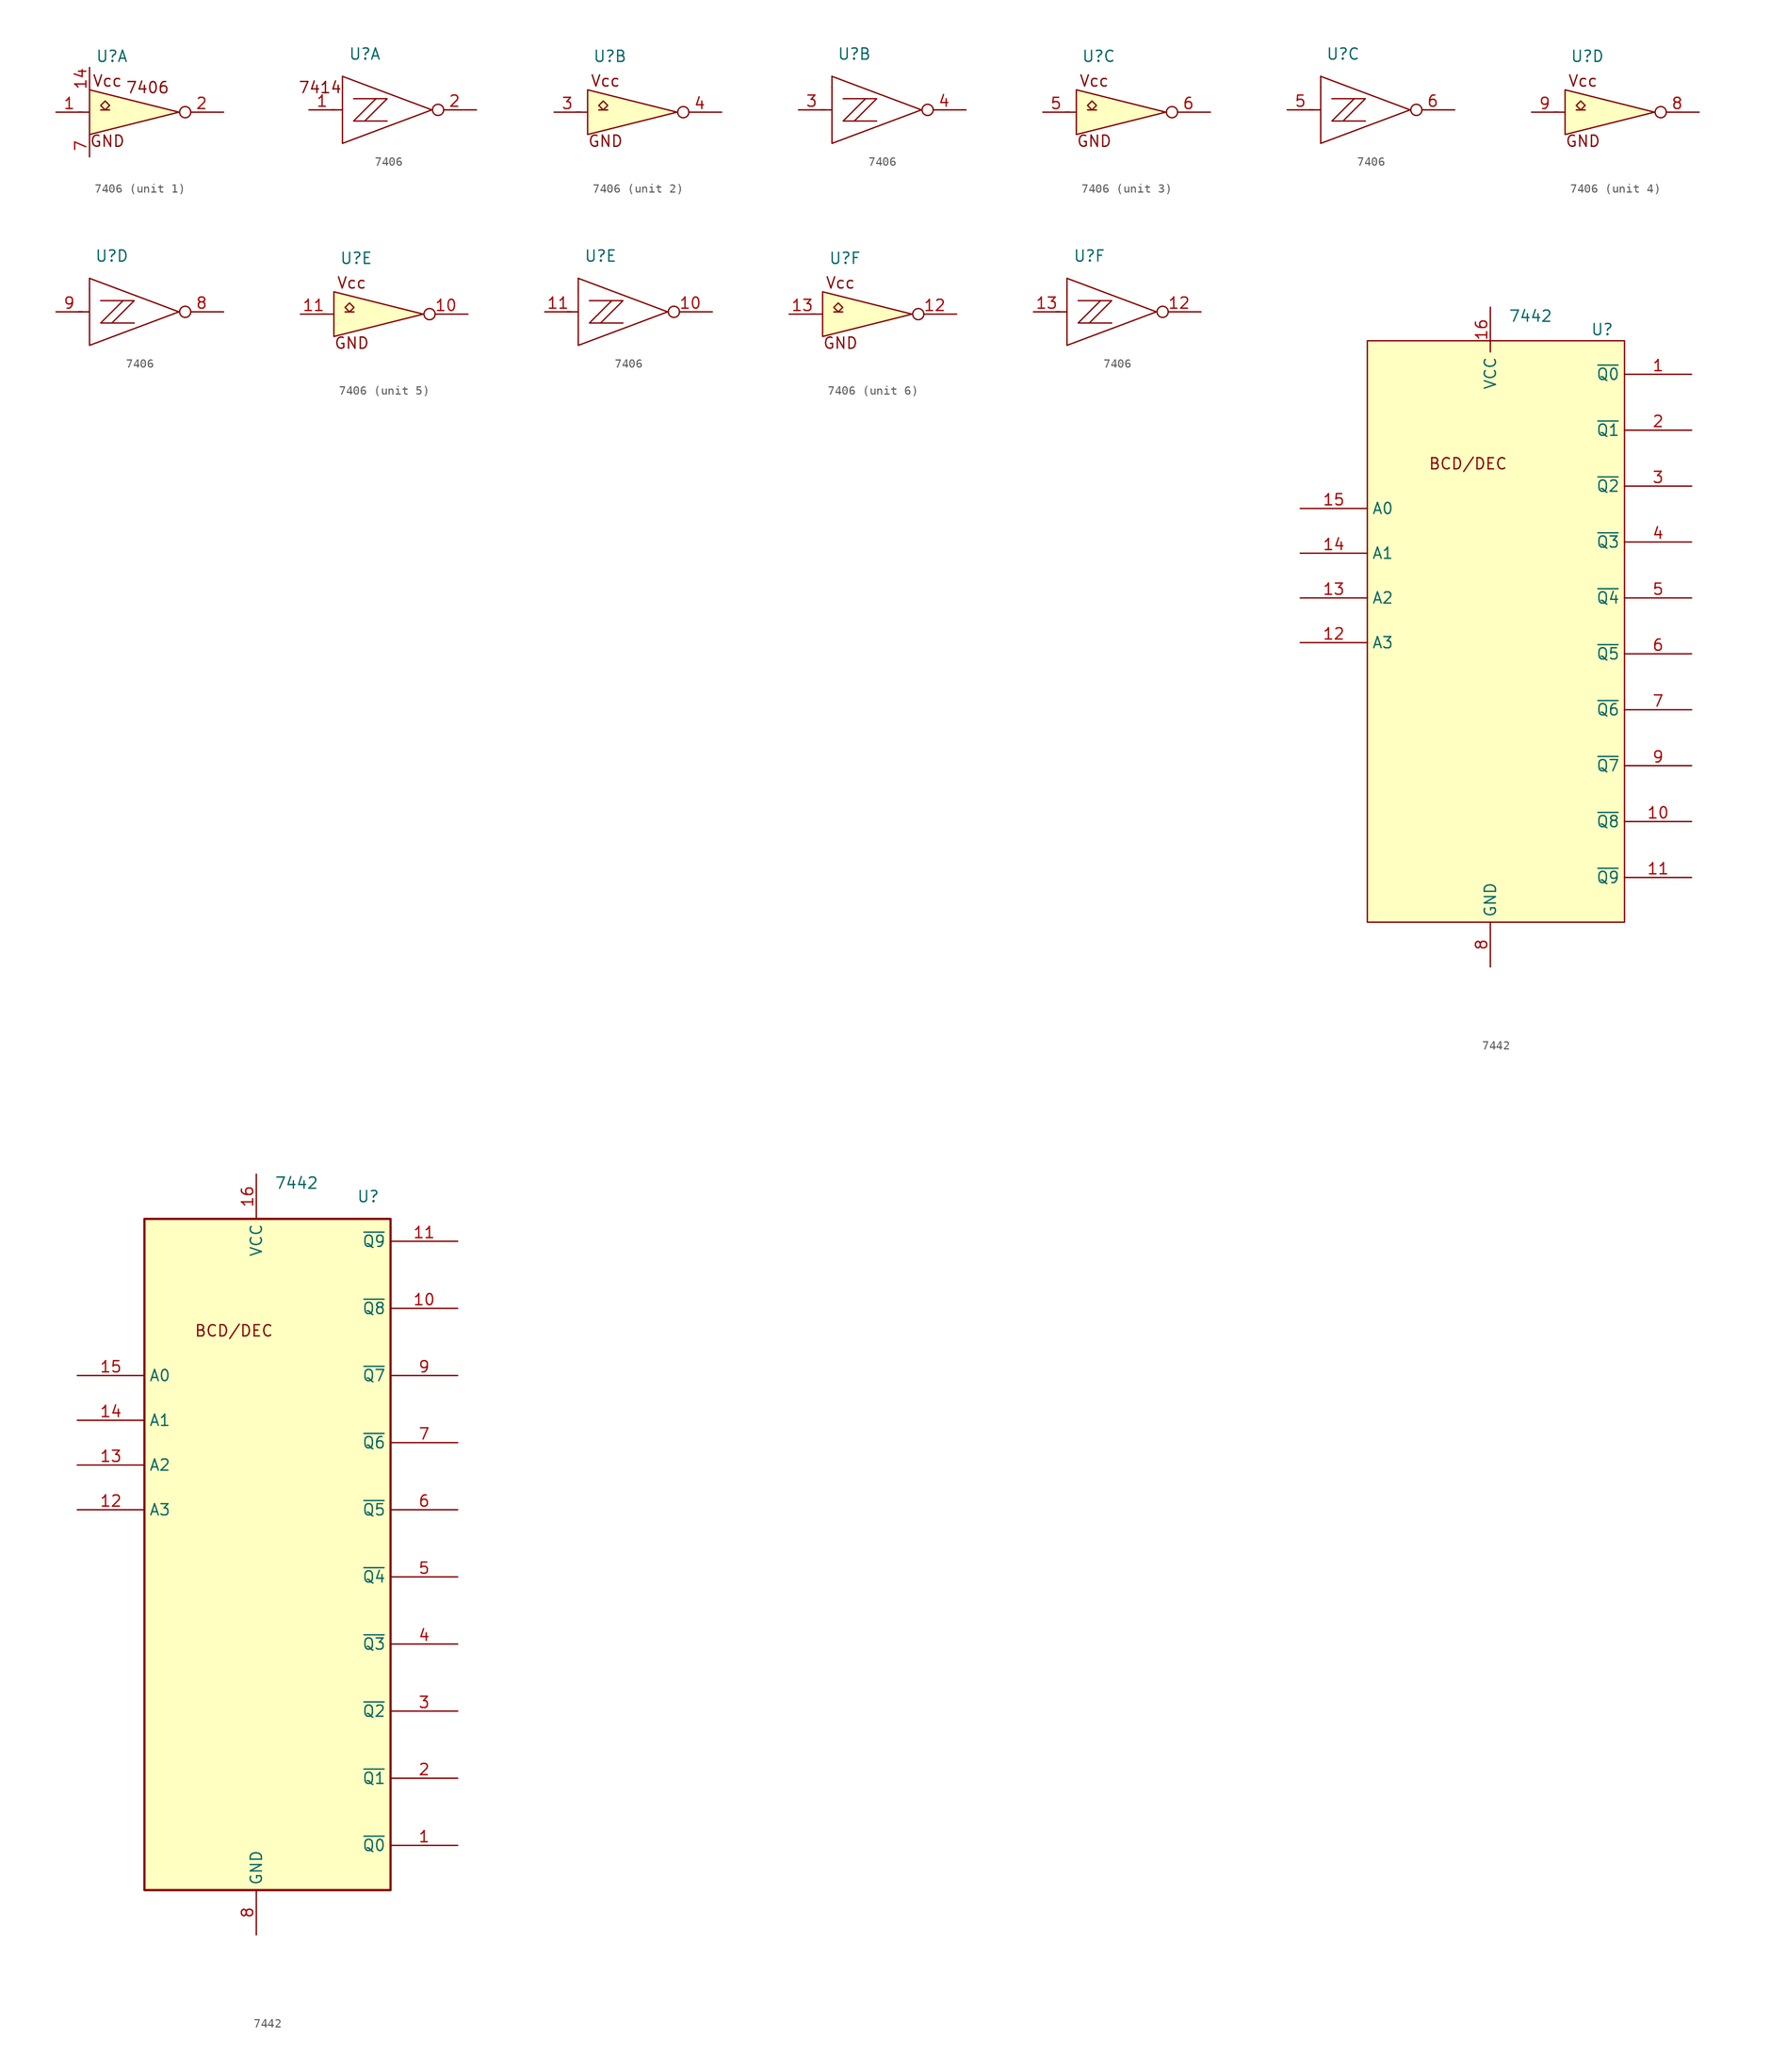
<source format=kicad_sym>
(kicad_symbol_lib
  (version 20231120)
  (generator "kicad_symbol_editor")
  (generator_version "8.0")
  (symbol "7406"
    (pin_names hide)
    (property "Reference" "U"
      (at 0 0 0)
      (effects (font (size 1.27 1.27))))
    (symbol "7406_0_0"
      (polyline (pts (xy -3.81 -6.35) (xy -2.54 -6.35)) (stroke (width 0) (type default)) (fill (type none))))
    (symbol "7406_0_1"
      (polyline (pts (xy -1.27 -6.096) (xy -0.254 -6.096)) (stroke (width 0) (type default)) (fill (type none)))
      (polyline (pts (xy -2.54 -3.81) (xy -2.54 -8.89) (xy 7.62 -6.35) (xy -2.54 -3.81)) (stroke (width 0) (type default)) (fill (type background)))
      (polyline (pts (xy -0.762 -5.08) (xy -1.27 -5.588) (xy -0.762 -6.096) (xy -0.254 -5.588) (xy -0.762 -5.08)) (stroke (width 0) (type default)) (fill (type none)))
      (text "GND\n\n" (at -0.508 -10.668 0) (effects (font (size 1.27 1.27))))
      (text "Vcc" (at -0.508 -2.794 0) (effects (font (size 1.27 1.27)))))
    (symbol "7406_0_2"
      (polyline (pts (xy -2.54 -2.54) (xy -2.54 -3.81)) (stroke (width 0) (type default)) (fill (type none)))
      (polyline (pts (xy 1.27 -5.08) (xy 2.54 -5.08) (xy 0 -7.62)) (stroke (width 0) (type default)) (fill (type none)))
      (polyline (pts (xy -2.54 -2.54) (xy 7.62 -6.35) (xy -2.54 -10.16) (xy -2.54 -3.81)) (stroke (width 0) (type default)) (fill (type none)))
      (polyline (pts (xy -1.27 -5.08) (xy 1.27 -5.08) (xy -1.27 -7.62) (xy 2.54 -7.62)) (stroke (width 0) (type default)) (fill (type none))))
    (symbol "7406_1_1"
      (text "7406\n" (at 4.064 -3.556 0) (effects (font (size 1.27 1.27))))
      (pin input line (at -6.35 -6.35 0) (length 3) (name "A" (effects (font (size 1.27 1.27)))) (number "1" (effects (font (size 1.27 1.27)))))
      (pin input line (at -2.54 -1.27 270) (length 2.54) (name "Vcc" (effects (font (size 1.27 1.27)))) (number "14" (effects (font (size 1.27 1.27)))))
      (pin output inverted (at 12.7 -6.35 180) (length 5) (name "Y" (effects (font (size 1.27 1.27)))) (number "2" (effects (font (size 1.27 1.27)))))
      (pin input line (at -2.54 -11.43 90) (length 2.54) (name "GND" (effects (font (size 1.27 1.27)))) (number "7" (effects (font (size 1.27 1.27))))))
    (symbol "7406_1_2"
      (text "7414" (at -5.08 -3.81 0) (effects (font (size 1.27 1.27))))
      (pin input line (at -6.35 -6.35 0) (length 3) (name "A" (effects (font (size 1.27 1.27)))) (number "1" (effects (font (size 1.27 1.27)))))
      (pin output inverted (at 12.7 -6.35 180) (length 5) (name "Y" (effects (font (size 1.27 1.27)))) (number "2" (effects (font (size 1.27 1.27))))))
    (symbol "7406_2_1"
      (pin input line (at -6.35 -6.35 0) (length 3) (name "A" (effects (font (size 1.27 1.27)))) (number "3" (effects (font (size 1.27 1.27)))))
      (pin output inverted (at 12.7 -6.35 180) (length 5) (name "Y" (effects (font (size 1.27 1.27)))) (number "4" (effects (font (size 1.27 1.27))))))
    (symbol "7406_2_2"
      (pin input line (at -6.35 -6.35 0) (length 3) (name "A" (effects (font (size 1.27 1.27)))) (number "3" (effects (font (size 1.27 1.27)))))
      (pin output inverted (at 12.7 -6.35 180) (length 5) (name "Y" (effects (font (size 1.27 1.27)))) (number "4" (effects (font (size 1.27 1.27))))))
    (symbol "7406_3_1"
      (pin input line (at -6.35 -6.35 0) (length 3) (name "A" (effects (font (size 1.27 1.27)))) (number "5" (effects (font (size 1.27 1.27)))))
      (pin output inverted (at 12.7 -6.35 180) (length 5) (name "Y" (effects (font (size 1.27 1.27)))) (number "6" (effects (font (size 1.27 1.27))))))
    (symbol "7406_3_2"
      (pin input line (at -6.35 -6.35 0) (length 3) (name "A" (effects (font (size 1.27 1.27)))) (number "5" (effects (font (size 1.27 1.27)))))
      (pin output inverted (at 12.7 -6.35 180) (length 5) (name "Y" (effects (font (size 1.27 1.27)))) (number "6" (effects (font (size 1.27 1.27))))))
    (symbol "7406_4_1"
      (pin output inverted (at 12.7 -6.35 180) (length 5) (name "Y" (effects (font (size 1.27 1.27)))) (number "8" (effects (font (size 1.27 1.27)))))
      (pin input line (at -6.35 -6.35 0) (length 3) (name "A" (effects (font (size 1.27 1.27)))) (number "9" (effects (font (size 1.27 1.27))))))
    (symbol "7406_4_2"
      (pin output inverted (at 12.7 -6.35 180) (length 5) (name "Y" (effects (font (size 1.27 1.27)))) (number "8" (effects (font (size 1.27 1.27)))))
      (pin input line (at -6.35 -6.35 0) (length 3) (name "A" (effects (font (size 1.27 1.27)))) (number "9" (effects (font (size 1.27 1.27))))))
    (symbol "7406_5_1"
      (pin output inverted (at 12.7 -6.35 180) (length 5) (name "Y" (effects (font (size 1.27 1.27)))) (number "10" (effects (font (size 1.27 1.27)))))
      (pin input line (at -6.35 -6.35 0) (length 3) (name "A" (effects (font (size 1.27 1.27)))) (number "11" (effects (font (size 1.27 1.27))))))
    (symbol "7406_5_2"
      (pin output inverted (at 12.7 -6.35 180) (length 5) (name "Y" (effects (font (size 1.27 1.27)))) (number "10" (effects (font (size 1.27 1.27)))))
      (pin input line (at -6.35 -6.35 0) (length 3) (name "A" (effects (font (size 1.27 1.27)))) (number "11" (effects (font (size 1.27 1.27))))))
    (symbol "7406_6_1"
      (pin output inverted (at 12.7 -6.35 180) (length 5) (name "Y" (effects (font (size 1.27 1.27)))) (number "12" (effects (font (size 1.27 1.27)))))
      (pin input line (at -6.35 -6.35 0) (length 3) (name "A" (effects (font (size 1.27 1.27)))) (number "13" (effects (font (size 1.27 1.27))))))
    (symbol "7406_6_2"
      (pin output inverted (at 12.7 -6.35 180) (length 5) (name "Y" (effects (font (size 1.27 1.27)))) (number "12" (effects (font (size 1.27 1.27)))))
      (pin input line (at -6.35 -6.35 0) (length 3) (name "A" (effects (font (size 1.27 1.27)))) (number "13" (effects (font (size 1.27 1.27)))))))
  (symbol "7442"
    (property "Reference" "U"
      (at 12.7 27.94 0)
      (effects (font (size 1.27 1.27))))
    (property "Value" "7442"
      (at 4.572 29.464 0)
      (effects (font (size 1.27 1.27))))
    (symbol "7442_0_0"
      (text "BCD/DEC" (at -2.54 12.7 0) (effects (font (size 1.27 1.27))))
      (pin power_in line (at 0 30.48 270) (length 5.08) (name "VCC" (effects (font (size 1.27 1.27)))) (number "16" (effects (font (size 1.27 1.27))))))
    (symbol "7442_1_1"
      (rectangle (start -13.97 26.67) (end 15.24 -39.37) (stroke (width 0) (type default)) (fill (type background)))
      (pin output line (at 22.86 22.86 180) (length 7.62) (name "~{Q0}" (effects (font (size 1.27 1.27)))) (number "1" (effects (font (size 1.27 1.27)))))
      (pin output line (at 22.86 -27.94 180) (length 7.62) (name "~{Q8}" (effects (font (size 1.27 1.27)))) (number "10" (effects (font (size 1.27 1.27)))))
      (pin output line (at 22.86 -34.29 180) (length 7.62) (name "~{Q9}" (effects (font (size 1.27 1.27)))) (number "11" (effects (font (size 1.27 1.27)))))
      (pin input line (at -21.59 -7.62 0) (length 7.62) (name "A3" (effects (font (size 1.27 1.27)))) (number "12" (effects (font (size 1.27 1.27)))))
      (pin input line (at -21.59 -2.54 0) (length 7.62) (name "A2" (effects (font (size 1.27 1.27)))) (number "13" (effects (font (size 1.27 1.27)))))
      (pin input line (at -21.59 2.54 0) (length 7.62) (name "A1" (effects (font (size 1.27 1.27)))) (number "14" (effects (font (size 1.27 1.27)))))
      (pin input line (at -21.59 7.62 0) (length 7.62) (name "A0" (effects (font (size 1.27 1.27)))) (number "15" (effects (font (size 1.27 1.27)))))
      (pin output line (at 22.86 16.51 180) (length 7.62) (name "~{Q1}" (effects (font (size 1.27 1.27)))) (number "2" (effects (font (size 1.27 1.27)))))
      (pin output line (at 22.86 10.16 180) (length 7.62) (name "~{Q2}" (effects (font (size 1.27 1.27)))) (number "3" (effects (font (size 1.27 1.27)))))
      (pin output line (at 22.86 3.81 180) (length 7.62) (name "~{Q3}" (effects (font (size 1.27 1.27)))) (number "4" (effects (font (size 1.27 1.27)))))
      (pin output line (at 22.86 -2.54 180) (length 7.62) (name "~{Q4}" (effects (font (size 1.27 1.27)))) (number "5" (effects (font (size 1.27 1.27)))))
      (pin output line (at 22.86 -8.89 180) (length 7.62) (name "~{Q5}" (effects (font (size 1.27 1.27)))) (number "6" (effects (font (size 1.27 1.27)))))
      (pin output line (at 22.86 -15.24 180) (length 7.62) (name "~{Q6}" (effects (font (size 1.27 1.27)))) (number "7" (effects (font (size 1.27 1.27)))))
      (pin power_in line (at 0 -44.45 90) (length 5.08) (name "GND" (effects (font (size 1.27 1.27)))) (number "8" (effects (font (size 1.27 1.27)))))
      (pin output line (at 22.86 -21.59 180) (length 7.62) (name "~{Q7}" (effects (font (size 1.27 1.27)))) (number "9" (effects (font (size 1.27 1.27))))))
    (symbol "7442_1_2"
      (rectangle (start -12.7 25.4) (end 15.24 -50.8) (stroke (width 0.254) (type default)) (fill (type background)))
      (pin output line (at 22.86 -45.72 180) (length 7.62) (name "~{Q0}" (effects (font (size 1.27 1.27)))) (number "1" (effects (font (size 1.27 1.27)))))
      (pin output line (at 22.86 15.24 180) (length 7.62) (name "~{Q8}" (effects (font (size 1.27 1.27)))) (number "10" (effects (font (size 1.27 1.27)))))
      (pin output line (at 22.86 22.86 180) (length 7.62) (name "~{Q9}" (effects (font (size 1.27 1.27)))) (number "11" (effects (font (size 1.27 1.27)))))
      (pin input line (at -20.32 -7.62 0) (length 7.62) (name "A3" (effects (font (size 1.27 1.27)))) (number "12" (effects (font (size 1.27 1.27)))))
      (pin input line (at -20.32 -2.54 0) (length 7.62) (name "A2" (effects (font (size 1.27 1.27)))) (number "13" (effects (font (size 1.27 1.27)))))
      (pin input line (at -20.32 2.54 0) (length 7.62) (name "A1" (effects (font (size 1.27 1.27)))) (number "14" (effects (font (size 1.27 1.27)))))
      (pin input line (at -20.32 7.62 0) (length 7.62) (name "A0" (effects (font (size 1.27 1.27)))) (number "15" (effects (font (size 1.27 1.27)))))
      (pin output line (at 22.86 -38.1 180) (length 7.62) (name "~{Q1}" (effects (font (size 1.27 1.27)))) (number "2" (effects (font (size 1.27 1.27)))))
      (pin output line (at 22.86 -30.48 180) (length 7.62) (name "~{Q2}" (effects (font (size 1.27 1.27)))) (number "3" (effects (font (size 1.27 1.27)))))
      (pin output line (at 22.86 -22.86 180) (length 7.62) (name "~{Q3}" (effects (font (size 1.27 1.27)))) (number "4" (effects (font (size 1.27 1.27)))))
      (pin output line (at 22.86 -15.24 180) (length 7.62) (name "~{Q4}" (effects (font (size 1.27 1.27)))) (number "5" (effects (font (size 1.27 1.27)))))
      (pin output line (at 22.86 -7.62 180) (length 7.62) (name "~{Q5}" (effects (font (size 1.27 1.27)))) (number "6" (effects (font (size 1.27 1.27)))))
      (pin output line (at 22.86 0 180) (length 7.62) (name "~{Q6}" (effects (font (size 1.27 1.27)))) (number "7" (effects (font (size 1.27 1.27)))))
      (pin power_in line (at 0 -55.88 90) (length 5.08) (name "GND" (effects (font (size 1.27 1.27)))) (number "8" (effects (font (size 1.27 1.27)))))
      (pin output line (at 22.86 7.62 180) (length 7.62) (name "~{Q7}" (effects (font (size 1.27 1.27)))) (number "9" (effects (font (size 1.27 1.27))))))))
</source>
